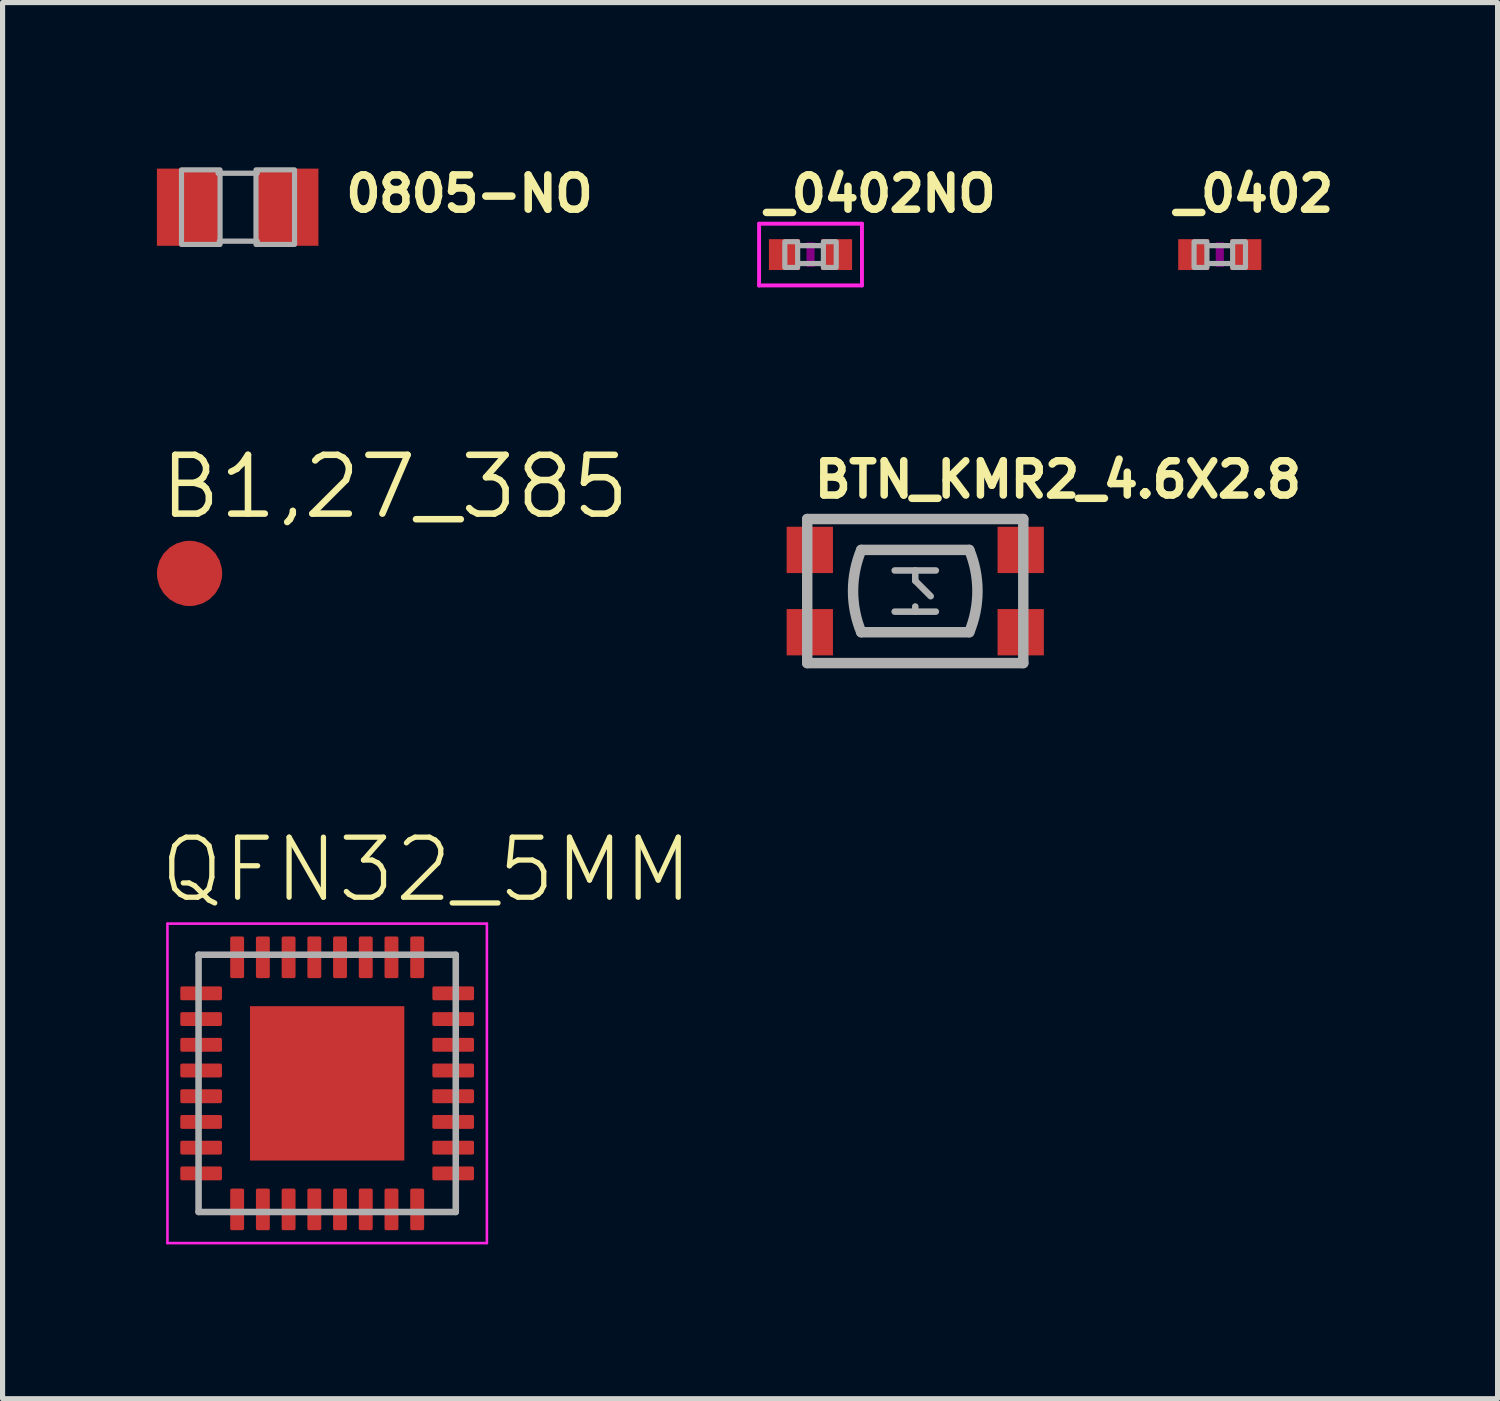
<source format=kicad_pcb>
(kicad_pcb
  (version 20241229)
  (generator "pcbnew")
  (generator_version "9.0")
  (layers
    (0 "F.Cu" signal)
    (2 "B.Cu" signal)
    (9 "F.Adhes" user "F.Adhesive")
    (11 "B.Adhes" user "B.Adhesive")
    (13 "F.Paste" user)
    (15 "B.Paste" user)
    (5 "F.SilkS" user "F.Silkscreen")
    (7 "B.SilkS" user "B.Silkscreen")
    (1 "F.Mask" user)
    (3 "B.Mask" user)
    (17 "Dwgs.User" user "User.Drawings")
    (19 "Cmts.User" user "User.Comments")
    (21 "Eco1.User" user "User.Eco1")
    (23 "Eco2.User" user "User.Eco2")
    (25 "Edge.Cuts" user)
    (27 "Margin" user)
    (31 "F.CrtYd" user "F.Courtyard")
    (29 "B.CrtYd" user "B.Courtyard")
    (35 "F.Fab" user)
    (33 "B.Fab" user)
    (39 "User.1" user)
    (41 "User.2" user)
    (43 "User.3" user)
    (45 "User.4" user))
  (footprint "QFN32_5MM"
    (layer "F.Cu")
    (at 3.31 18.01)
    (property "Reference" "QFN32_5MM" (at -3.31 -3.47 0) (layer "F.SilkS") (effects (font (size 1.168 1.168) (thickness 0.102)) (justify left bottom)))
    (fp_poly (pts (xy -1.25 -0.35) (xy -0.35 -0.35) (xy -0.35 -1.25) (xy -1.25 -1.25)) (stroke (width 0) (type default)) (fill yes) (layer "F.Paste"))
    (fp_poly (pts (xy -1.25 1.25) (xy -0.35 1.25) (xy -0.35 0.35) (xy -1.25 0.35)) (stroke (width 0) (type default)) (fill yes) (layer "F.Paste"))
    (fp_poly (pts (xy 0.35 -0.35) (xy 1.25 -0.35) (xy 1.25 -1.25) (xy 0.35 -1.25)) (stroke (width 0) (type default)) (fill yes) (layer "F.Paste"))
    (fp_poly (pts (xy 0.35 1.25) (xy 1.25 1.25) (xy 1.25 0.35) (xy 0.35 0.35)) (stroke (width 0) (type default)) (fill yes) (layer "F.Paste"))
    (fp_line (start -2.5 -2.5) (end -2.5 -2.205) (stroke (width 0.127) (type solid)) (layer "B.Paste"))
    (fp_line (start -2.5 -2.5) (end -2.205 -2.5) (stroke (width 0.127) (type solid)) (layer "B.Paste"))
    (fp_line (start -2.5 2.5) (end -2.5 2.205) (stroke (width 0.127) (type solid)) (layer "B.Paste"))
    (fp_line (start -2.5 2.5) (end -2.205 2.5) (stroke (width 0.127) (type solid)) (layer "B.Paste"))
    (fp_line (start -1.75 -1.75) (end 1.75 -1.75) (stroke (width 0.305) (type solid)) (layer "B.Paste"))
    (fp_line (start -1.75 1.75) (end -1.75 -1.75) (stroke (width 0.305) (type solid)) (layer "B.Paste"))
    (fp_line (start 1.75 -1.75) (end 1.75 1.75) (stroke (width 0.305) (type solid)) (layer "B.Paste"))
    (fp_line (start 1.75 1.75) (end -1.75 1.75) (stroke (width 0.305) (type solid)) (layer "B.Paste"))
    (fp_line (start 2.5 -2.5) (end 2.205 -2.5) (stroke (width 0.127) (type solid)) (layer "B.Paste"))
    (fp_line (start 2.5 -2.5) (end 2.5 -2.205) (stroke (width 0.127) (type solid)) (layer "B.Paste"))
    (fp_line (start 2.5 2.5) (end 2.205 2.5) (stroke (width 0.127) (type solid)) (layer "B.Paste"))
    (fp_line (start 2.5 2.5) (end 2.5 2.205) (stroke (width 0.127) (type solid)) (layer "B.Paste"))
    (fp_line (start -3.105 -3.105) (end 3.105 -3.105) (stroke (width 0.05) (type solid)) (layer "F.CrtYd"))
    (fp_line (start -3.105 3.105) (end -3.105 -3.105) (stroke (width 0.05) (type solid)) (layer "F.CrtYd"))
    (fp_line (start -3.105 3.105) (end 3.105 3.105) (stroke (width 0.05) (type solid)) (layer "F.CrtYd"))
    (fp_line (start 3.105 3.105) (end 3.105 -3.105) (stroke (width 0.05) (type solid)) (layer "F.CrtYd"))
    (fp_line (start -2.5 2.5) (end -2.5 -2.5) (stroke (width 0.127) (type solid)) (layer "F.Fab"))
    (fp_line (start 2.5 -2.5) (end -2.5 -2.5) (stroke (width 0.127) (type solid)) (layer "F.Fab"))
    (fp_line (start 2.5 2.5) (end -2.5 2.5) (stroke (width 0.127) (type solid)) (layer "F.Fab"))
    (fp_line (start 2.5 2.5) (end 2.5 -2.5) (stroke (width 0.127) (type solid)) (layer "F.Fab"))
    (pad "1" smd roundrect (at -2.45 -1.75) (size 0.81 0.27) (layers "F.Cu" "F.Mask" "F.Paste") (roundrect_rratio 0.125))
    (pad "2" smd roundrect (at -2.45 -1.25) (size 0.81 0.27) (layers "F.Cu" "F.Mask" "F.Paste") (roundrect_rratio 0.125))
    (pad "3" smd roundrect (at -2.45 -0.75) (size 0.81 0.27) (layers "F.Cu" "F.Mask" "F.Paste") (roundrect_rratio 0.125))
    (pad "4" smd roundrect (at -2.45 -0.25) (size 0.81 0.27) (layers "F.Cu" "F.Mask" "F.Paste") (roundrect_rratio 0.125))
    (pad "5" smd roundrect (at -2.45 0.25) (size 0.81 0.27) (layers "F.Cu" "F.Mask" "F.Paste") (roundrect_rratio 0.125))
    (pad "6" smd roundrect (at -2.45 0.75) (size 0.81 0.27) (layers "F.Cu" "F.Mask" "F.Paste") (roundrect_rratio 0.125))
    (pad "7" smd roundrect (at -2.45 1.25) (size 0.81 0.27) (layers "F.Cu" "F.Mask" "F.Paste") (roundrect_rratio 0.125))
    (pad "8" smd roundrect (at -2.45 1.75) (size 0.81 0.27) (layers "F.Cu" "F.Mask" "F.Paste") (roundrect_rratio 0.125))
    (pad "9" smd roundrect (at -1.75 2.45) (size 0.27 0.81) (layers "F.Cu" "F.Mask" "F.Paste") (roundrect_rratio 0.125))
    (pad "10" smd roundrect (at -1.25 2.45) (size 0.27 0.81) (layers "F.Cu" "F.Mask" "F.Paste") (roundrect_rratio 0.125))
    (pad "11" smd roundrect (at -0.75 2.45) (size 0.27 0.81) (layers "F.Cu" "F.Mask" "F.Paste") (roundrect_rratio 0.125))
    (pad "12" smd roundrect (at -0.25 2.45) (size 0.27 0.81) (layers "F.Cu" "F.Mask" "F.Paste") (roundrect_rratio 0.125))
    (pad "13" smd roundrect (at 0.25 2.45) (size 0.27 0.81) (layers "F.Cu" "F.Mask" "F.Paste") (roundrect_rratio 0.125))
    (pad "14" smd roundrect (at 0.75 2.45) (size 0.27 0.81) (layers "F.Cu" "F.Mask" "F.Paste") (roundrect_rratio 0.125))
    (pad "15" smd roundrect (at 1.25 2.45) (size 0.27 0.81) (layers "F.Cu" "F.Mask" "F.Paste") (roundrect_rratio 0.125))
    (pad "16" smd roundrect (at 1.75 2.45) (size 0.27 0.81) (layers "F.Cu" "F.Mask" "F.Paste") (roundrect_rratio 0.125))
    (pad "17" smd roundrect (at 2.45 1.75) (size 0.81 0.27) (layers "F.Cu" "F.Mask" "F.Paste") (roundrect_rratio 0.125))
    (pad "18" smd roundrect (at 2.45 1.25) (size 0.81 0.27) (layers "F.Cu" "F.Mask" "F.Paste") (roundrect_rratio 0.125))
    (pad "19" smd roundrect (at 2.45 0.75) (size 0.81 0.27) (layers "F.Cu" "F.Mask" "F.Paste") (roundrect_rratio 0.125))
    (pad "20" smd roundrect (at 2.45 0.25) (size 0.81 0.27) (layers "F.Cu" "F.Mask" "F.Paste") (roundrect_rratio 0.125))
    (pad "21" smd roundrect (at 2.45 -0.25) (size 0.81 0.27) (layers "F.Cu" "F.Mask" "F.Paste") (roundrect_rratio 0.125))
    (pad "22" smd roundrect (at 2.45 -0.75) (size 0.81 0.27) (layers "F.Cu" "F.Mask" "F.Paste") (roundrect_rratio 0.125))
    (pad "23" smd roundrect (at 2.45 -1.25) (size 0.81 0.27) (layers "F.Cu" "F.Mask" "F.Paste") (roundrect_rratio 0.125))
    (pad "24" smd roundrect (at 2.45 -1.75) (size 0.81 0.27) (layers "F.Cu" "F.Mask" "F.Paste") (roundrect_rratio 0.125))
    (pad "25" smd roundrect (at 1.75 -2.45) (size 0.27 0.81) (layers "F.Cu" "F.Mask" "F.Paste") (roundrect_rratio 0.125))
    (pad "26" smd roundrect (at 1.25 -2.45) (size 0.27 0.81) (layers "F.Cu" "F.Mask" "F.Paste") (roundrect_rratio 0.125))
    (pad "27" smd roundrect (at 0.75 -2.45) (size 0.27 0.81) (layers "F.Cu" "F.Mask" "F.Paste") (roundrect_rratio 0.125))
    (pad "28" smd roundrect (at 0.25 -2.45) (size 0.27 0.81) (layers "F.Cu" "F.Mask" "F.Paste") (roundrect_rratio 0.125))
    (pad "29" smd roundrect (at -0.25 -2.45) (size 0.27 0.81) (layers "F.Cu" "F.Mask" "F.Paste") (roundrect_rratio 0.125))
    (pad "30" smd roundrect (at -0.75 -2.45) (size 0.27 0.81) (layers "F.Cu" "F.Mask" "F.Paste") (roundrect_rratio 0.125))
    (pad "31" smd roundrect (at -1.25 -2.45) (size 0.27 0.81) (layers "F.Cu" "F.Mask" "F.Paste") (roundrect_rratio 0.125))
    (pad "32" smd roundrect (at -1.75 -2.45) (size 0.27 0.81) (layers "F.Cu" "F.Mask" "F.Paste") (roundrect_rratio 0.125))
    (pad "33" smd rect (at 0 0) (size 3 3) (layers "F.Cu" "F.Mask")))
  (footprint "B1,27_385"
    (layer "F.Cu")
    (at 0.635 8.097)
    (property "Reference" "B1,27_385" (at -0.635 -1.016 0) (layer "F.SilkS") (effects (font (size 1.143 1.143) (thickness 0.127)) (justify left bottom)))
    (pad "TP" smd roundrect (at 0 0) (size 1.27 1.27) (layers "F.Cu" "F.Mask") (roundrect_rratio 0.5)))
  (footprint "BTN_KMR2_4.6X2.8"
    (layer "F.Cu")
    (at 14.742 8.44)
    (property "Reference" "BTN_KMR2_4.6X2.8" (at -2.032 -1.778 0) (layer "F.SilkS") (effects (font (size 0.666 0.666) (thickness 0.146)) (justify left bottom)))
    (fp_line (start -2.1 -1.525) (end 2.1 -1.525) (stroke (width 0.203) (type solid)) (layer "B.Paste"))
    (fp_line (start 2.1 1.525) (end -2.1 1.525) (stroke (width 0.203) (type solid)) (layer "B.Paste"))
    (fp_line (start -2.1 -1.4) (end 2.1 -1.4) (stroke (width 0.203) (type solid)) (layer "F.Fab"))
    (fp_line (start -2.1 1.4) (end -2.1 -1.4) (stroke (width 0.203) (type solid)) (layer "F.Fab"))
    (fp_line (start -1.05 -0.8) (end 1.05 -0.8) (stroke (width 0.203) (type solid)) (layer "F.Fab"))
    (fp_line (start -0.4 -0.4) (end 0 -0.4) (stroke (width 0.127) (type solid)) (layer "F.Fab"))
    (fp_line (start -0.4 0.4) (end 0 0.4) (stroke (width 0.127) (type solid)) (layer "F.Fab"))
    (fp_line (start 0 -0.4) (end 0 -0.2) (stroke (width 0.127) (type solid)) (layer "F.Fab"))
    (fp_line (start 0 -0.4) (end 0.4 -0.4) (stroke (width 0.127) (type solid)) (layer "F.Fab"))
    (fp_line (start 0 -0.2) (end 0.3 0.1) (stroke (width 0.127) (type solid)) (layer "F.Fab"))
    (fp_line (start 0 0.4) (end 0 0.3) (stroke (width 0.127) (type solid)) (layer "F.Fab"))
    (fp_line (start 0 0.4) (end 0.4 0.4) (stroke (width 0.127) (type solid)) (layer "F.Fab"))
    (fp_line (start 1.05 0.8) (end -1.05 0.8) (stroke (width 0.203) (type solid)) (layer "F.Fab"))
    (fp_line (start 2.1 -1.4) (end 2.1 1.4) (stroke (width 0.203) (type solid)) (layer "F.Fab"))
    (fp_line (start 2.1 1.4) (end -2.1 1.4) (stroke (width 0.203) (type solid)) (layer "F.Fab"))
    (fp_arc (start -1.05 0.8) (mid -1.209128 0) (end -1.05 -0.799999) (stroke (width 0.2032) (type solid)) (layer "F.Fab"))
    (fp_arc (start 1.05 -0.8) (mid 1.209128 0) (end 1.05 0.799999) (stroke (width 0.2032) (type solid)) (layer "F.Fab"))
    (pad "A" smd rect (at 2.05 -0.8) (size 0.9 0.9) (layers "F.Cu" "F.Mask" "F.Paste"))
    (pad "A'" smd rect (at -2.05 -0.8) (size 0.9 0.9) (layers "F.Cu" "F.Mask" "F.Paste"))
    (pad "B" smd rect (at 2.05 0.8) (size 0.9 0.9) (layers "F.Cu" "F.Mask" "F.Paste"))
    (pad "B'" smd rect (at -2.05 0.8) (size 0.9 0.9) (layers "F.Cu" "F.Mask" "F.Paste")))
  (footprint "0805-NO"
    (layer "F.Cu")
    (at 1.57 0.978)
    (property "Reference" "0805-NO" (at 2.032 0.127 0) (layer "F.SilkS") (effects (font (size 0.666 0.666) (thickness 0.146)) (justify left bottom)))
    (fp_line (start 0 -0.508) (end 0 0.508) (stroke (width 0.305) (type solid)) (layer "B.Paste"))
    (fp_line (start -0.381 -0.66) (end 0.381 -0.66) (stroke (width 0.102) (type solid)) (layer "F.Fab"))
    (fp_line (start -0.356 0.66) (end 0.381 0.66) (stroke (width 0.102) (type solid)) (layer "F.Fab"))
    (fp_poly (pts (xy -1.092 0.724) (xy -0.342 0.724) (xy -0.342 -0.726) (xy -1.092 -0.726)) (stroke (width 0.1) (type default)) (fill no) (layer "F.Fab"))
    (fp_poly (pts (xy 0.356 0.724) (xy 1.106 0.724) (xy 1.106 -0.726) (xy 0.356 -0.726)) (stroke (width 0.1) (type default)) (fill no) (layer "F.Fab"))
    (pad "1" smd rect (at -0.95 0) (size 1.24 1.5) (layers "F.Cu" "F.Mask" "F.Paste"))
    (pad "2" smd rect (at 0.95 0) (size 1.24 1.5) (layers "F.Cu" "F.Mask" "F.Paste")))
  (footprint "_0402"
    (layer "F.Cu")
    (at 20.662 1.899)
    (property "Reference" "_0402" (at -0.953 -0.794 0) (layer "F.SilkS") (effects (font (size 0.666 0.666) (thickness 0.146)) (justify left bottom)))
    (fp_poly (pts (xy -0.079 0.238) (xy 0.079 0.238) (xy 0.079 -0.238) (xy -0.079 -0.238)) (stroke (width 0) (type default)) (fill yes) (layer "F.Adhes"))
    (fp_line (start -1.057 -0.556) (end 1.057 -0.556) (stroke (width 0.203) (type solid)) (layer "B.Paste"))
    (fp_line (start -1.057 0.556) (end -1.057 -0.556) (stroke (width 0.203) (type solid)) (layer "B.Paste"))
    (fp_line (start 1.057 -0.556) (end 1.057 0.556) (stroke (width 0.203) (type solid)) (layer "B.Paste"))
    (fp_line (start 1.057 0.556) (end -1.057 0.556) (stroke (width 0.203) (type solid)) (layer "B.Paste"))
    (fp_line (start -0.245 -0.174) (end 0.245 -0.174) (stroke (width 0.102) (type solid)) (layer "F.Fab"))
    (fp_line (start 0.245 0.174) (end -0.245 0.174) (stroke (width 0.102) (type solid)) (layer "F.Fab"))
    (fp_poly (pts (xy -0.5 0.25) (xy -0.25 0.25) (xy -0.25 -0.25) (xy -0.5 -0.25)) (stroke (width 0.1) (type default)) (fill no) (layer "F.Fab"))
    (fp_poly (pts (xy 0.25 0.25) (xy 0.5 0.25) (xy 0.5 -0.25) (xy 0.25 -0.25)) (stroke (width 0.1) (type default)) (fill no) (layer "F.Fab"))
    (pad "1" smd rect (at -0.508 0) (size 0.6 0.6) (layers "F.Cu" "F.Mask" "F.Paste"))
    (pad "2" smd rect (at 0.508 0) (size 0.6 0.6) (layers "F.Cu" "F.Mask" "F.Paste")))
  (footprint "_0402NO"
    (layer "F.Cu")
    (at 12.706 1.899)
    (property "Reference" "_0402NO" (at -0.953 -0.794 0) (layer "F.SilkS") (effects (font (size 0.666 0.666) (thickness 0.146)) (justify left bottom)))
    (fp_poly (pts (xy -0.079 0.238) (xy 0.079 0.238) (xy 0.079 -0.238) (xy -0.079 -0.238)) (stroke (width 0) (type default)) (fill yes) (layer "F.Adhes"))
    (fp_line (start 0 -0.254) (end 0 0.254) (stroke (width 0.203) (type solid)) (layer "B.Paste"))
    (fp_line (start -1 -0.6) (end 1 -0.6) (stroke (width 0.076) (type solid)) (layer "F.CrtYd"))
    (fp_line (start -1 0.6) (end -1 -0.6) (stroke (width 0.076) (type solid)) (layer "F.CrtYd"))
    (fp_line (start 1 -0.6) (end 1 0.6) (stroke (width 0.076) (type solid)) (layer "F.CrtYd"))
    (fp_line (start 1 0.6) (end -1 0.6) (stroke (width 0.076) (type solid)) (layer "F.CrtYd"))
    (fp_line (start -0.245 -0.174) (end 0.245 -0.174) (stroke (width 0.102) (type solid)) (layer "F.Fab"))
    (fp_line (start 0.245 0.174) (end -0.245 0.174) (stroke (width 0.102) (type solid)) (layer "F.Fab"))
    (fp_poly (pts (xy -0.5 0.25) (xy -0.25 0.25) (xy -0.25 -0.25) (xy -0.5 -0.25)) (stroke (width 0.1) (type default)) (fill no) (layer "F.Fab"))
    (fp_poly (pts (xy 0.25 0.25) (xy 0.5 0.25) (xy 0.5 -0.25) (xy 0.25 -0.25)) (stroke (width 0.1) (type default)) (fill no) (layer "F.Fab"))
    (pad "1" smd rect (at -0.508 0) (size 0.6 0.6) (layers "F.Cu" "F.Mask" "F.Paste"))
    (pad "2" smd rect (at 0.508 0) (size 0.6 0.6) (layers "F.Cu" "F.Mask" "F.Paste")))
  (gr_rect
    (start -3 -3)
    (end 26.062 24.14)
    (stroke (width 0.1) (type default))
    (fill no)
    (layer "Edge.Cuts")))
</source>
